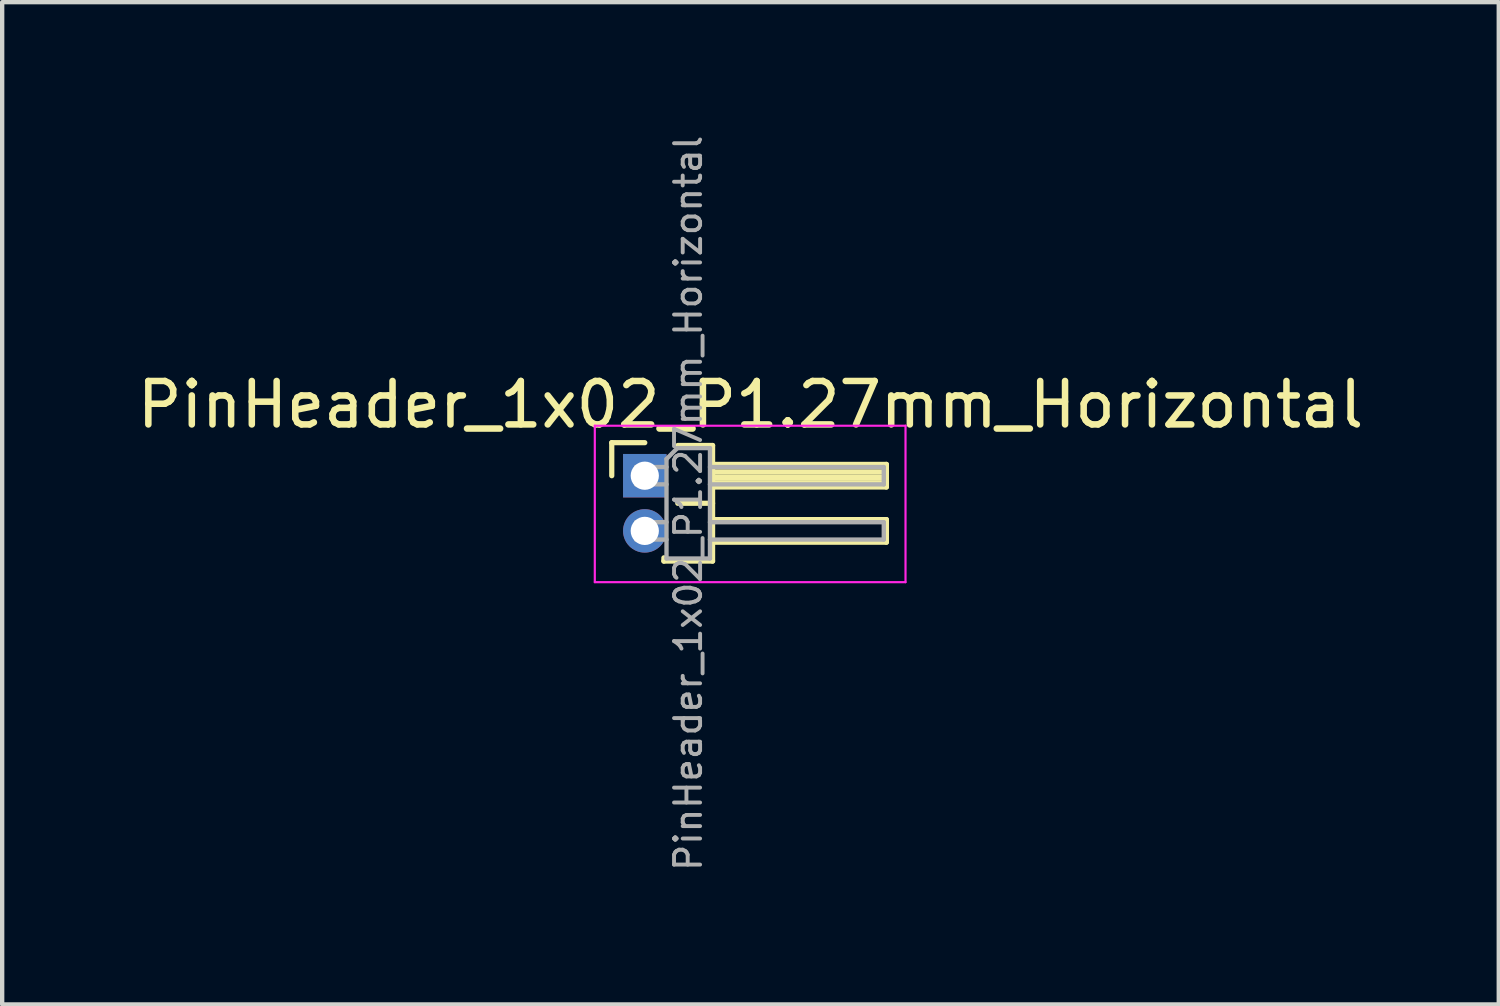
<source format=kicad_pcb>
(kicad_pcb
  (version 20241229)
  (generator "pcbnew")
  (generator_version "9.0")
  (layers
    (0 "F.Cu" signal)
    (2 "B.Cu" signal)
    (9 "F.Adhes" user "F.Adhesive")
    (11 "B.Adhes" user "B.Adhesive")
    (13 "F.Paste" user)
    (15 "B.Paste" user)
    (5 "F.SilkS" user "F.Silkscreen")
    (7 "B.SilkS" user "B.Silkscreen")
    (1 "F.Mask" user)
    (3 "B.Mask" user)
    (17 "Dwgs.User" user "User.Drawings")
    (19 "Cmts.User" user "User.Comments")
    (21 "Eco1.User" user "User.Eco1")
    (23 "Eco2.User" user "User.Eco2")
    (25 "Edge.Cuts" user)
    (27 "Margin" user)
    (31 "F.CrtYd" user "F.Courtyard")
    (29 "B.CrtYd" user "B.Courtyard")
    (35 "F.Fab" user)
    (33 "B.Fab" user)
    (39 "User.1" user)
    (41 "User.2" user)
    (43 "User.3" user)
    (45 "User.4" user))
  (footprint "PinHeader_1x02_P1.27mm_Horizontal"
    (layer "F.Cu")
    (at 11.788 7.897)
    (property "Reference" "PinHeader_1x02_P1.27mm_Horizontal" (at 2.433 -1.635 0) (layer "F.SilkS") (effects (font (size 1 1) (thickness 0.15))))
    (attr through_hole)
    (fp_line (start -0.76 -0.76) (end 0 -0.76) (stroke (width 0.12) (type solid)) (layer "F.SilkS"))
    (fp_line (start -0.76 0) (end -0.76 -0.76) (stroke (width 0.12) (type solid)) (layer "F.SilkS"))
    (fp_line (start 0.44 1.965) (end 0.44 1.89) (stroke (width 0.12) (type solid)) (layer "F.SilkS"))
    (fp_line (start 0.76 -0.695) (end 1.56 -0.695) (stroke (width 0.12) (type solid)) (layer "F.SilkS"))
    (fp_line (start 0.76 0.635) (end 1.56 0.635) (stroke (width 0.12) (type solid)) (layer "F.SilkS"))
    (fp_line (start 1.56 -0.695) (end 1.56 1.965) (stroke (width 0.12) (type solid)) (layer "F.SilkS"))
    (fp_line (start 1.56 -0.26) (end 5.56 -0.26) (stroke (width 0.12) (type solid)) (layer "F.SilkS"))
    (fp_line (start 1.56 -0.2) (end 5.56 -0.2) (stroke (width 0.12) (type solid)) (layer "F.SilkS"))
    (fp_line (start 1.56 -0.08) (end 5.56 -0.08) (stroke (width 0.12) (type solid)) (layer "F.SilkS"))
    (fp_line (start 1.56 0.04) (end 5.56 0.04) (stroke (width 0.12) (type solid)) (layer "F.SilkS"))
    (fp_line (start 1.56 0.16) (end 5.56 0.16) (stroke (width 0.12) (type solid)) (layer "F.SilkS"))
    (fp_line (start 1.56 1.01) (end 5.56 1.01) (stroke (width 0.12) (type solid)) (layer "F.SilkS"))
    (fp_line (start 1.56 1.965) (end 0.44 1.965) (stroke (width 0.12) (type solid)) (layer "F.SilkS"))
    (fp_line (start 5.56 -0.26) (end 5.56 0.26) (stroke (width 0.12) (type solid)) (layer "F.SilkS"))
    (fp_line (start 5.56 0.26) (end 1.56 0.26) (stroke (width 0.12) (type solid)) (layer "F.SilkS"))
    (fp_line (start 5.56 1.01) (end 5.56 1.53) (stroke (width 0.12) (type solid)) (layer "F.SilkS"))
    (fp_line (start 5.56 1.53) (end 1.56 1.53) (stroke (width 0.12) (type solid)) (layer "F.SilkS"))
    (fp_line (start -1.15 -1.15) (end -1.15 2.45) (stroke (width 0.05) (type solid)) (layer "F.CrtYd"))
    (fp_line (start -1.15 2.45) (end 6 2.45) (stroke (width 0.05) (type solid)) (layer "F.CrtYd"))
    (fp_line (start 6 -1.15) (end -1.15 -1.15) (stroke (width 0.05) (type solid)) (layer "F.CrtYd"))
    (fp_line (start 6 2.45) (end 6 -1.15) (stroke (width 0.05) (type solid)) (layer "F.CrtYd"))
    (fp_line (start -0.2 -0.2) (end -0.2 0.2) (stroke (width 0.1) (type solid)) (layer "F.Fab"))
    (fp_line (start -0.2 -0.2) (end 0.5 -0.2) (stroke (width 0.1) (type solid)) (layer "F.Fab"))
    (fp_line (start -0.2 0.2) (end 0.5 0.2) (stroke (width 0.1) (type solid)) (layer "F.Fab"))
    (fp_line (start -0.2 1.07) (end -0.2 1.47) (stroke (width 0.1) (type solid)) (layer "F.Fab"))
    (fp_line (start -0.2 1.07) (end 0.5 1.07) (stroke (width 0.1) (type solid)) (layer "F.Fab"))
    (fp_line (start -0.2 1.47) (end 0.5 1.47) (stroke (width 0.1) (type solid)) (layer "F.Fab"))
    (fp_line (start 0.5 -0.385) (end 0.75 -0.635) (stroke (width 0.1) (type solid)) (layer "F.Fab"))
    (fp_line (start 0.5 1.905) (end 0.5 -0.385) (stroke (width 0.1) (type solid)) (layer "F.Fab"))
    (fp_line (start 0.75 -0.635) (end 1.5 -0.635) (stroke (width 0.1) (type solid)) (layer "F.Fab"))
    (fp_line (start 1.5 -0.635) (end 1.5 1.905) (stroke (width 0.1) (type solid)) (layer "F.Fab"))
    (fp_line (start 1.5 -0.2) (end 5.5 -0.2) (stroke (width 0.1) (type solid)) (layer "F.Fab"))
    (fp_line (start 1.5 0.2) (end 5.5 0.2) (stroke (width 0.1) (type solid)) (layer "F.Fab"))
    (fp_line (start 1.5 1.07) (end 5.5 1.07) (stroke (width 0.1) (type solid)) (layer "F.Fab"))
    (fp_line (start 1.5 1.47) (end 5.5 1.47) (stroke (width 0.1) (type solid)) (layer "F.Fab"))
    (fp_line (start 1.5 1.905) (end 0.5 1.905) (stroke (width 0.1) (type solid)) (layer "F.Fab"))
    (fp_line (start 5.5 -0.2) (end 5.5 0.2) (stroke (width 0.1) (type solid)) (layer "F.Fab"))
    (fp_line (start 5.5 1.07) (end 5.5 1.47) (stroke (width 0.1) (type solid)) (layer "F.Fab"))
    (fp_text user "${REFERENCE}" (at 1 0.635 90) (layer "F.Fab") (effects (font (size 0.6 0.6) (thickness 0.09))))
    (pad "1" thru_hole rect (at 0 0) (size 1 1) (drill 0.65) (layers "*.Cu" "*.Mask"))
    (pad "2" thru_hole oval (at 0 1.27) (size 1 1) (drill 0.65) (layers "*.Cu" "*.Mask")))
  (gr_rect
    (start -3 -3)
    (end 31.44 20.064)
    (stroke (width 0.1) (type default))
    (fill no)
    (layer "Edge.Cuts")))
</source>
